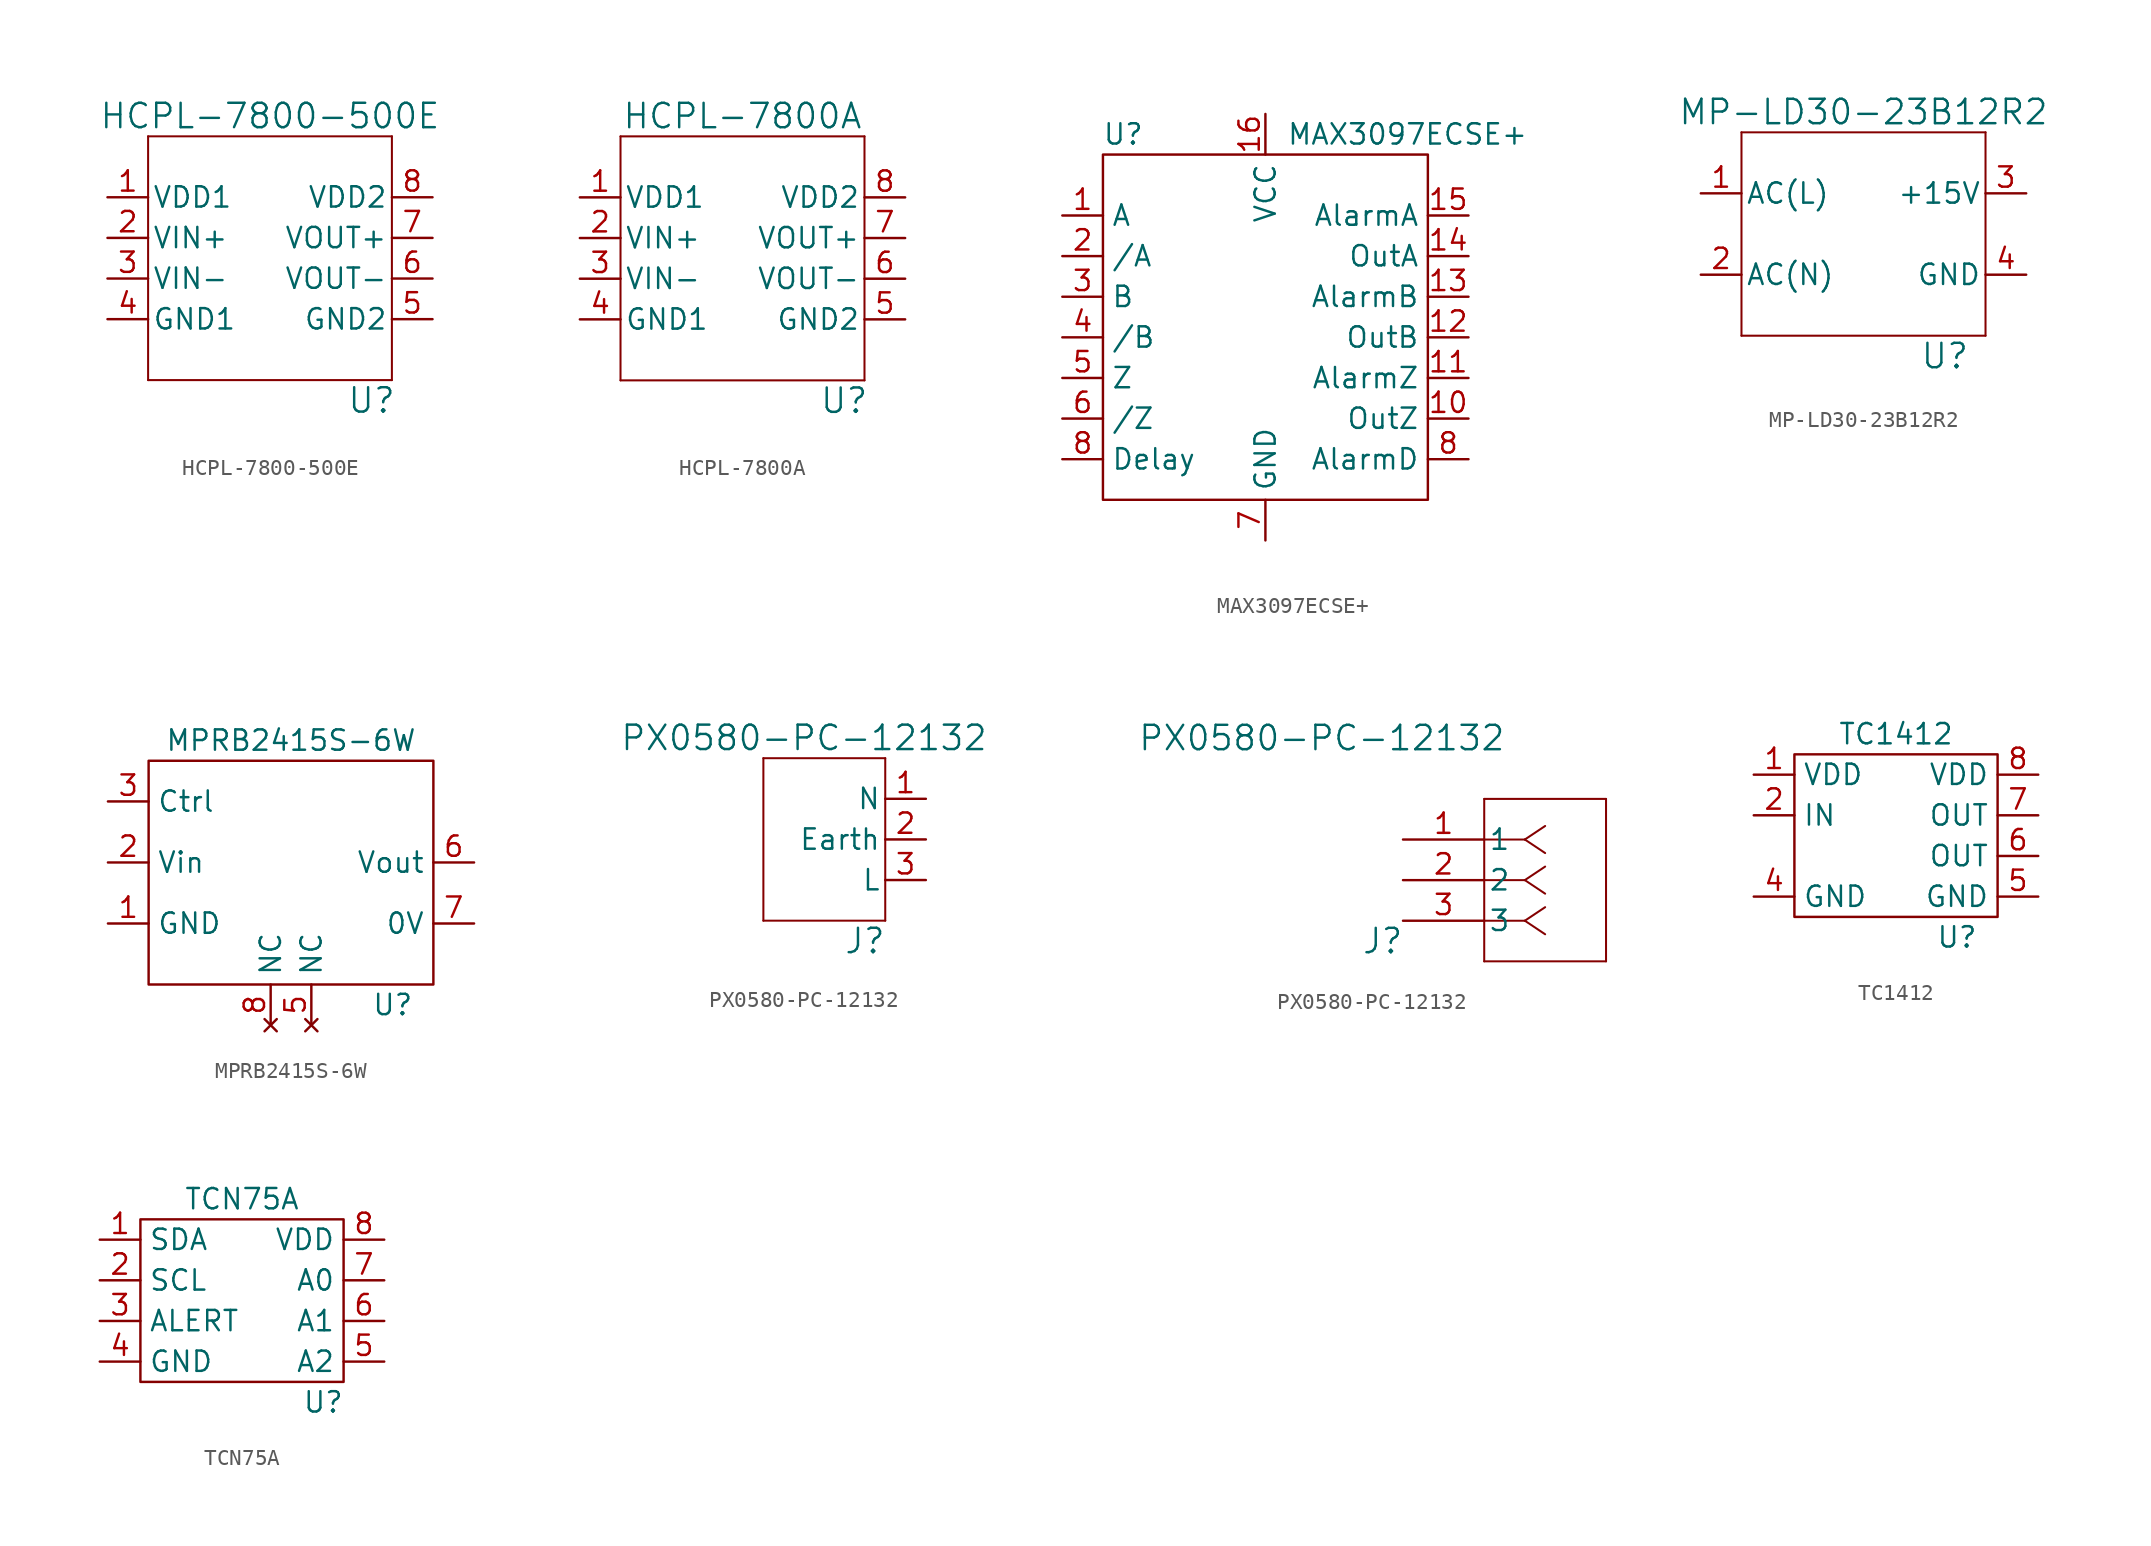
<source format=kicad_sym>
(kicad_symbol_lib
  (version 20220914)
  (generator kicad_symbol_editor)
  (symbol "HCPL-7800-500E"
    (pin_names
      (offset 0.254))
    (property "Reference" "U"
      (at 6.35 -8.89 0)
      (effects (font (size 1.524 1.524))))
    (property "Value" "HCPL-7800-500E"
      (at 0 8.89 0)
      (effects (font (size 1.524 1.524))))
    (symbol "HCPL-7800-500E_0_1"
      (polyline (pts (xy -7.62 -7.62) (xy 7.62 -7.62)) (stroke (width 0.127) (type default)) (fill (type none)))
      (polyline (pts (xy -7.62 7.62) (xy -7.62 -7.62)) (stroke (width 0.127) (type default)) (fill (type none)))
      (polyline (pts (xy 7.62 -7.62) (xy 7.62 7.62)) (stroke (width 0.127) (type default)) (fill (type none)))
      (polyline (pts (xy 7.62 7.62) (xy -7.62 7.62)) (stroke (width 0.127) (type default)) (fill (type none))))
    (symbol "HCPL-7800-500E_1_1"
      (pin power_in line (at -10.16 3.81 0) (length 2.54) (name "VDD1" (effects (font (size 1.27 1.27)))) (number "1" (effects (font (size 1.27 1.27)))))
      (pin input line (at -10.16 1.27 0) (length 2.54) (name "VIN+" (effects (font (size 1.27 1.27)))) (number "2" (effects (font (size 1.27 1.27)))))
      (pin input line (at -10.16 -1.27 0) (length 2.54) (name "VIN-" (effects (font (size 1.27 1.27)))) (number "3" (effects (font (size 1.27 1.27)))))
      (pin power_in line (at -10.16 -3.81 0) (length 2.54) (name "GND1" (effects (font (size 1.27 1.27)))) (number "4" (effects (font (size 1.27 1.27)))))
      (pin power_in line (at 10.16 -3.81 180) (length 2.54) (name "GND2" (effects (font (size 1.27 1.27)))) (number "5" (effects (font (size 1.27 1.27)))))
      (pin passive line (at 10.16 -1.27 180) (length 2.54) (name "VOUT-" (effects (font (size 1.27 1.27)))) (number "6" (effects (font (size 1.27 1.27)))))
      (pin passive line (at 10.16 1.27 180) (length 2.54) (name "VOUT+" (effects (font (size 1.27 1.27)))) (number "7" (effects (font (size 1.27 1.27)))))
      (pin power_in line (at 10.16 3.81 180) (length 2.54) (name "VDD2" (effects (font (size 1.27 1.27)))) (number "8" (effects (font (size 1.27 1.27)))))))
  (symbol "HCPL-7800A"
    (pin_names
      (offset 0.254))
    (property "Reference" "U"
      (at 6.35 -8.89 0)
      (effects (font (size 1.524 1.524))))
    (property "Value" "HCPL-7800A"
      (at 0 8.89 0)
      (effects (font (size 1.524 1.524))))
    (property "ki_locked" ""
      (at 0 0 0)
      (effects (font (size 1.27 1.27))))
    (symbol "HCPL-7800A_0_1"
      (polyline (pts (xy -7.62 -7.62) (xy 7.62 -7.62)) (stroke (width 0.127) (type default)) (fill (type none)))
      (polyline (pts (xy -7.62 7.62) (xy -7.62 -7.62)) (stroke (width 0.127) (type default)) (fill (type none)))
      (polyline (pts (xy 7.62 -7.62) (xy 7.62 7.62)) (stroke (width 0.127) (type default)) (fill (type none)))
      (polyline (pts (xy 7.62 7.62) (xy -7.62 7.62)) (stroke (width 0.127) (type default)) (fill (type none))))
    (symbol "HCPL-7800A_1_1"
      (pin power_in line (at -10.16 3.81 0) (length 2.54) (name "VDD1" (effects (font (size 1.27 1.27)))) (number "1" (effects (font (size 1.27 1.27)))))
      (pin input line (at -10.16 1.27 0) (length 2.54) (name "VIN+" (effects (font (size 1.27 1.27)))) (number "2" (effects (font (size 1.27 1.27)))))
      (pin input line (at -10.16 -1.27 0) (length 2.54) (name "VIN-" (effects (font (size 1.27 1.27)))) (number "3" (effects (font (size 1.27 1.27)))))
      (pin power_in line (at -10.16 -3.81 0) (length 2.54) (name "GND1" (effects (font (size 1.27 1.27)))) (number "4" (effects (font (size 1.27 1.27)))))
      (pin power_in line (at 10.16 -3.81 180) (length 2.54) (name "GND2" (effects (font (size 1.27 1.27)))) (number "5" (effects (font (size 1.27 1.27)))))
      (pin passive line (at 10.16 -1.27 180) (length 2.54) (name "VOUT-" (effects (font (size 1.27 1.27)))) (number "6" (effects (font (size 1.27 1.27)))))
      (pin passive line (at 10.16 1.27 180) (length 2.54) (name "VOUT+" (effects (font (size 1.27 1.27)))) (number "7" (effects (font (size 1.27 1.27)))))
      (pin power_in line (at 10.16 3.81 180) (length 2.54) (name "VDD2" (effects (font (size 1.27 1.27)))) (number "8" (effects (font (size 1.27 1.27)))))))
  (symbol "MAX3097ECSE+"
    (property "Reference" "U"
      (at -8.89 12.7 0)
      (effects (font (size 1.27 1.27))))
    (property "Value" "MAX3097ECSE+"
      (at 8.89 12.7 0)
      (effects (font (size 1.27 1.27))))
    (symbol "MAX3097ECSE+_0_1"
      (rectangle (start -10.16 11.43) (end 10.16 -10.16) (stroke (width 0) (type default)) (fill (type none))))
    (symbol "MAX3097ECSE+_1_1"
      (pin input line (at -12.7 7.62 0) (length 2.54) (name "A" (effects (font (size 1.27 1.27)))) (number "1" (effects (font (size 1.27 1.27)))))
      (pin output line (at 12.7 -5.08 180) (length 2.54) (name "OutZ" (effects (font (size 1.27 1.27)))) (number "10" (effects (font (size 1.27 1.27)))))
      (pin output line (at 12.7 -2.54 180) (length 2.54) (name "AlarmZ" (effects (font (size 1.27 1.27)))) (number "11" (effects (font (size 1.27 1.27)))))
      (pin output line (at 12.7 0 180) (length 2.54) (name "OutB" (effects (font (size 1.27 1.27)))) (number "12" (effects (font (size 1.27 1.27)))))
      (pin output line (at 12.7 2.54 180) (length 2.54) (name "AlarmB" (effects (font (size 1.27 1.27)))) (number "13" (effects (font (size 1.27 1.27)))))
      (pin output line (at 12.7 5.08 180) (length 2.54) (name "OutA" (effects (font (size 1.27 1.27)))) (number "14" (effects (font (size 1.27 1.27)))))
      (pin output line (at 12.7 7.62 180) (length 2.54) (name "AlarmA" (effects (font (size 1.27 1.27)))) (number "15" (effects (font (size 1.27 1.27)))))
      (pin power_in line (at 0 13.97 270) (length 2.54) (name "VCC" (effects (font (size 1.27 1.27)))) (number "16" (effects (font (size 1.27 1.27)))))
      (pin input line (at -12.7 5.08 0) (length 2.54) (name "/A" (effects (font (size 1.27 1.27)))) (number "2" (effects (font (size 1.27 1.27)))))
      (pin input line (at -12.7 2.54 0) (length 2.54) (name "B" (effects (font (size 1.27 1.27)))) (number "3" (effects (font (size 1.27 1.27)))))
      (pin input line (at -12.7 0 0) (length 2.54) (name "/B" (effects (font (size 1.27 1.27)))) (number "4" (effects (font (size 1.27 1.27)))))
      (pin input line (at -12.7 -2.54 0) (length 2.54) (name "Z" (effects (font (size 1.27 1.27)))) (number "5" (effects (font (size 1.27 1.27)))))
      (pin input line (at -12.7 -5.08 0) (length 2.54) (name "/Z" (effects (font (size 1.27 1.27)))) (number "6" (effects (font (size 1.27 1.27)))))
      (pin power_in line (at 0 -12.7 90) (length 2.54) (name "GND" (effects (font (size 1.27 1.27)))) (number "7" (effects (font (size 1.27 1.27)))))
      (pin output line (at 12.7 -7.62 180) (length 2.54) (name "AlarmD" (effects (font (size 1.27 1.27)))) (number "8" (effects (font (size 1.27 1.27)))))
      (pin input line (at -12.7 -7.62 0) (length 2.54) (name "Delay" (effects (font (size 1.27 1.27)))) (number "8" (effects (font (size 1.27 1.27)))))))
  (symbol "MP-LD30-23B12R2"
    (pin_names
      (offset 0.254))
    (property "Reference" "U"
      (at 5.08 -7.62 0)
      (effects (font (size 1.524 1.524))))
    (property "Value" "MP-LD30-23B12R2"
      (at 0 7.62 0)
      (effects (font (size 1.524 1.524))))
    (property "ki_locked" ""
      (at 0 0 0)
      (effects (font (size 1.27 1.27))))
    (symbol "MP-LD30-23B12R2_0_1"
      (polyline (pts (xy -7.62 -6.35) (xy 7.62 -6.35)) (stroke (width 0.127) (type default)) (fill (type none)))
      (polyline (pts (xy -7.62 6.35) (xy -7.62 -6.35)) (stroke (width 0.127) (type default)) (fill (type none)))
      (polyline (pts (xy 7.62 -6.35) (xy 7.62 6.35)) (stroke (width 0.127) (type default)) (fill (type none)))
      (polyline (pts (xy 7.62 6.35) (xy -7.62 6.35)) (stroke (width 0.127) (type default)) (fill (type none))))
    (symbol "MP-LD30-23B12R2_1_1"
      (pin power_in line (at -10.16 2.54 0) (length 2.54) (name "AC(L)" (effects (font (size 1.27 1.27)))) (number "1" (effects (font (size 1.27 1.27)))))
      (pin power_in line (at -10.16 -2.54 0) (length 2.54) (name "AC(N)" (effects (font (size 1.27 1.27)))) (number "2" (effects (font (size 1.27 1.27)))))
      (pin power_out line (at 10.16 2.54 180) (length 2.54) (name "+15V" (effects (font (size 1.27 1.27)))) (number "3" (effects (font (size 1.27 1.27)))))
      (pin power_out line (at 10.16 -2.54 180) (length 2.54) (name "GND" (effects (font (size 1.27 1.27)))) (number "4" (effects (font (size 1.27 1.27)))))))
  (symbol "MPRB2415S-6W"
    (property "Reference" "U"
      (at 6.35 -8.89 0)
      (effects (font (size 1.27 1.27))))
    (property "Value" "MPRB2415S-6W"
      (at 0 7.62 0)
      (effects (font (size 1.27 1.27))))
    (symbol "MPRB2415S-6W_1_1"
      (rectangle (start -8.89 6.35) (end 8.89 -7.62) (stroke (width 0) (type default)) (fill (type none)))
      (pin power_in line (at -11.43 -3.81 0) (length 2.54) (name "GND" (effects (font (size 1.27 1.27)))) (number "1" (effects (font (size 1.27 1.27)))))
      (pin power_in line (at -11.43 0 0) (length 2.54) (name "Vin" (effects (font (size 1.27 1.27)))) (number "2" (effects (font (size 1.27 1.27)))))
      (pin bidirectional line (at -11.43 3.81 0) (length 2.54) (name "Ctrl" (effects (font (size 1.27 1.27)))) (number "3" (effects (font (size 1.27 1.27)))))
      (pin no_connect line (at 1.27 -10.16 90) (length 2.54) (name "NC" (effects (font (size 1.27 1.27)))) (number "5" (effects (font (size 1.27 1.27)))))
      (pin power_out line (at 11.43 0 180) (length 2.54) (name "Vout" (effects (font (size 1.27 1.27)))) (number "6" (effects (font (size 1.27 1.27)))))
      (pin passive line (at 11.43 -3.81 180) (length 2.54) (name "0V" (effects (font (size 1.27 1.27)))) (number "7" (effects (font (size 1.27 1.27)))))
      (pin no_connect line (at -1.27 -10.16 90) (length 2.54) (name "NC" (effects (font (size 1.27 1.27)))) (number "8" (effects (font (size 1.27 1.27)))))))
  (symbol "PX0580-PC-12132"
    (pin_names
      (offset 0.254))
    (property "Reference" "J"
      (at -1.27 -6.35 0)
      (effects (font (size 1.524 1.524))))
    (property "Value" "PX0580-PC-12132"
      (at -5.08 6.35 0)
      (effects (font (size 1.524 1.524))))
    (property "ki_locked" ""
      (at 0 0 0)
      (effects (font (size 1.27 1.27))))
    (symbol "PX0580-PC-12132_1_1"
      (polyline (pts (xy -7.62 -5.08) (xy -7.62 5.08)) (stroke (width 0.127) (type default)) (fill (type none)))
      (polyline (pts (xy -7.62 5.08) (xy 0 5.08)) (stroke (width 0.127) (type default)) (fill (type none)))
      (polyline (pts (xy 0 -5.08) (xy -7.62 -5.08)) (stroke (width 0.127) (type default)) (fill (type none)))
      (polyline (pts (xy 0 5.08) (xy 0 -5.08)) (stroke (width 0.127) (type default)) (fill (type none)))
      (pin power_out line (at 2.54 2.54 180) (length 2.54) (name "N" (effects (font (size 1.27 1.27)))) (number "1" (effects (font (size 1.27 1.27)))))
      (pin power_out line (at 2.54 0 180) (length 2.54) (name "Earth" (effects (font (size 1.27 1.27)))) (number "2" (effects (font (size 1.27 1.27)))))
      (pin power_out line (at 2.54 -2.54 180) (length 2.54) (name "L" (effects (font (size 1.27 1.27)))) (number "3" (effects (font (size 1.27 1.27))))))
    (symbol "PX0580-PC-12132_1_2"
      (polyline (pts (xy 5.08 -7.62) (xy 12.7 -7.62)) (stroke (width 0.127) (type default)) (fill (type none)))
      (polyline (pts (xy 5.08 2.54) (xy 5.08 -7.62)) (stroke (width 0.127) (type default)) (fill (type none)))
      (polyline (pts (xy 7.62 -5.08) (xy 5.08 -5.08)) (stroke (width 0.127) (type default)) (fill (type none)))
      (polyline (pts (xy 7.62 -5.08) (xy 8.89 -5.927)) (stroke (width 0.127) (type default)) (fill (type none)))
      (polyline (pts (xy 7.62 -5.08) (xy 8.89 -4.233)) (stroke (width 0.127) (type default)) (fill (type none)))
      (polyline (pts (xy 7.62 -2.54) (xy 5.08 -2.54)) (stroke (width 0.127) (type default)) (fill (type none)))
      (polyline (pts (xy 7.62 -2.54) (xy 8.89 -3.387)) (stroke (width 0.127) (type default)) (fill (type none)))
      (polyline (pts (xy 7.62 -2.54) (xy 8.89 -1.693)) (stroke (width 0.127) (type default)) (fill (type none)))
      (polyline (pts (xy 7.62 0) (xy 5.08 0)) (stroke (width 0.127) (type default)) (fill (type none)))
      (polyline (pts (xy 7.62 0) (xy 8.89 -0.847)) (stroke (width 0.127) (type default)) (fill (type none)))
      (polyline (pts (xy 7.62 0) (xy 8.89 0.847)) (stroke (width 0.127) (type default)) (fill (type none)))
      (polyline (pts (xy 12.7 -7.62) (xy 12.7 2.54)) (stroke (width 0.127) (type default)) (fill (type none)))
      (polyline (pts (xy 12.7 2.54) (xy 5.08 2.54)) (stroke (width 0.127) (type default)) (fill (type none)))
      (pin unspecified line (at 0 0 0) (length 5.08) (name "1" (effects (font (size 1.27 1.27)))) (number "1" (effects (font (size 1.27 1.27)))))
      (pin unspecified line (at 0 -2.54 0) (length 5.08) (name "2" (effects (font (size 1.27 1.27)))) (number "2" (effects (font (size 1.27 1.27)))))
      (pin unspecified line (at 0 -5.08 0) (length 5.08) (name "3" (effects (font (size 1.27 1.27)))) (number "3" (effects (font (size 1.27 1.27)))))))
  (symbol "TC1412"
    (property "Reference" "U"
      (at 3.81 -6.35 0)
      (effects (font (size 1.27 1.27))))
    (property "Value" "TC1412"
      (at 0 6.35 0)
      (effects (font (size 1.27 1.27))))
    (symbol "TC1412_0_1"
      (rectangle (start -6.35 5.08) (end 6.35 -5.08) (stroke (width 0) (type default)) (fill (type none))))
    (symbol "TC1412_1_1"
      (pin power_in line (at -8.89 3.81 0) (length 2.54) (name "VDD" (effects (font (size 1.27 1.27)))) (number "1" (effects (font (size 1.27 1.27)))))
      (pin input line (at -8.89 1.27 0) (length 2.54) (name "IN" (effects (font (size 1.27 1.27)))) (number "2" (effects (font (size 1.27 1.27)))))
      (pin no_connect line (at -8.89 -1.27 0) (length 2.54) hide (name "NC" (effects (font (size 1.27 1.27)))) (number "3" (effects (font (size 1.27 1.27)))))
      (pin power_in line (at -8.89 -3.81 0) (length 2.54) (name "GND" (effects (font (size 1.27 1.27)))) (number "4" (effects (font (size 1.27 1.27)))))
      (pin power_in line (at 8.89 -3.81 180) (length 2.54) (name "GND" (effects (font (size 1.27 1.27)))) (number "5" (effects (font (size 1.27 1.27)))))
      (pin passive line (at 8.89 -1.27 180) (length 2.54) (name "OUT" (effects (font (size 1.27 1.27)))) (number "6" (effects (font (size 1.27 1.27)))))
      (pin passive line (at 8.89 1.27 180) (length 2.54) (name "OUT" (effects (font (size 1.27 1.27)))) (number "7" (effects (font (size 1.27 1.27)))))
      (pin power_in line (at 8.89 3.81 180) (length 2.54) (name "VDD" (effects (font (size 1.27 1.27)))) (number "8" (effects (font (size 1.27 1.27)))))))
  (symbol "TCN75A"
    (property "Reference" "U"
      (at 5.08 -8.89 0)
      (effects (font (size 1.27 1.27))))
    (property "Value" "TCN75A"
      (at 0 3.81 0)
      (effects (font (size 1.27 1.27))))
    (symbol "TCN75A_0_1"
      (rectangle (start -6.35 2.54) (end 6.35 -7.62) (stroke (width 0) (type default)) (fill (type none))))
    (symbol "TCN75A_1_1"
      (pin bidirectional line (at -8.89 1.27 0) (length 2.54) (name "SDA" (effects (font (size 1.27 1.27)))) (number "1" (effects (font (size 1.27 1.27)))))
      (pin bidirectional line (at -8.89 -1.27 0) (length 2.54) (name "SCL" (effects (font (size 1.27 1.27)))) (number "2" (effects (font (size 1.27 1.27)))))
      (pin output line (at -8.89 -3.81 0) (length 2.54) (name "ALERT" (effects (font (size 1.27 1.27)))) (number "3" (effects (font (size 1.27 1.27)))))
      (pin power_in line (at -8.89 -6.35 0) (length 2.54) (name "GND" (effects (font (size 1.27 1.27)))) (number "4" (effects (font (size 1.27 1.27)))))
      (pin input line (at 8.89 -6.35 180) (length 2.54) (name "A2" (effects (font (size 1.27 1.27)))) (number "5" (effects (font (size 1.27 1.27)))))
      (pin input line (at 8.89 -3.81 180) (length 2.54) (name "A1" (effects (font (size 1.27 1.27)))) (number "6" (effects (font (size 1.27 1.27)))))
      (pin input line (at 8.89 -1.27 180) (length 2.54) (name "A0" (effects (font (size 1.27 1.27)))) (number "7" (effects (font (size 1.27 1.27)))))
      (pin power_in line (at 8.89 1.27 180) (length 2.54) (name "VDD" (effects (font (size 1.27 1.27)))) (number "8" (effects (font (size 1.27 1.27))))))))
</source>
